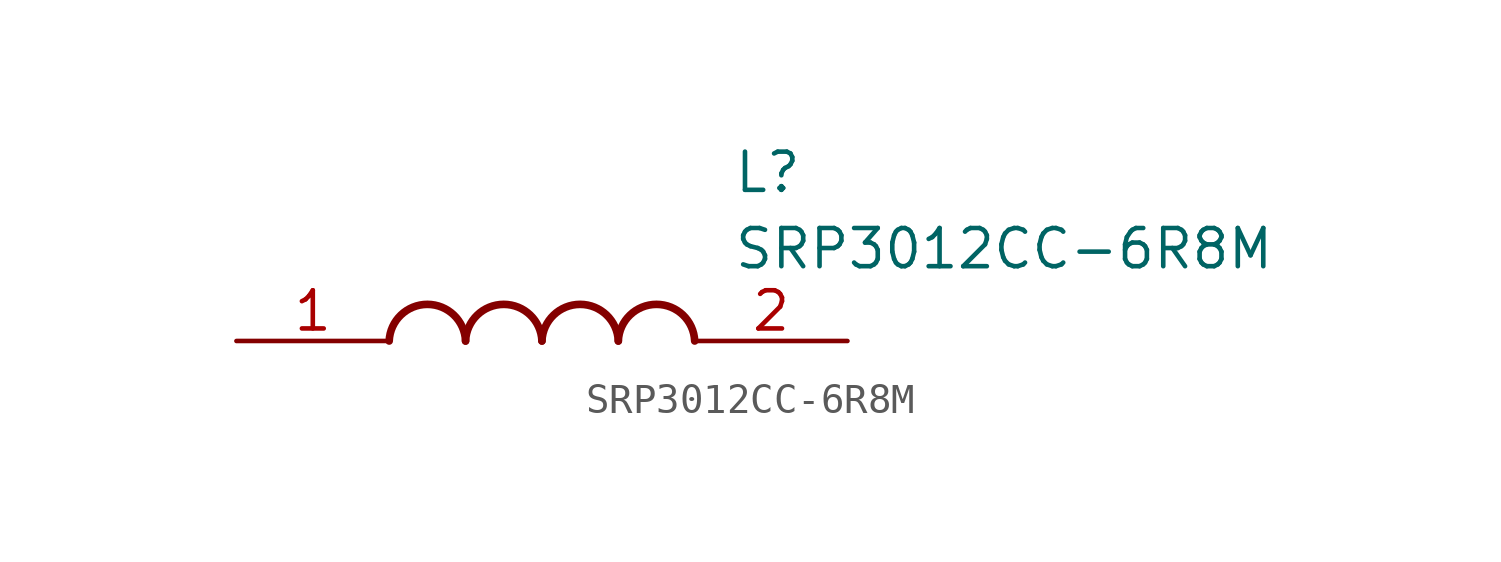
<source format=kicad_sym>
(kicad_symbol_lib
  (version 20211014)
  (generator SamacSys_ECAD_Model)
  (symbol "SRP3012CC-6R8M"
    (pin_names hide)
    (property "Reference" "L"
      (at 16.51 6.35 0)
      (effects (font (size 1.27 1.27)) (justify left top)))
    (property "Value" "SRP3012CC-6R8M"
      (at 16.51 3.81 0)
      (effects (font (size 1.27 1.27)) (justify left top)))
    (arc
      (start 7.62 0)
      (mid 6.35 1.219)
      (end 5.08 0)
      (stroke (width 0.254) (type default))
      (fill (type none)))
    (arc
      (start 10.16 0)
      (mid 8.89 1.219)
      (end 7.62 0)
      (stroke (width 0.254) (type default))
      (fill (type none)))
    (arc
      (start 12.7 0)
      (mid 11.43 1.219)
      (end 10.16 0)
      (stroke (width 0.254) (type default))
      (fill (type none)))
    (arc
      (start 15.24 0)
      (mid 13.97 1.219)
      (end 12.7 0)
      (stroke (width 0.254) (type default))
      (fill (type none)))
    (pin passive line
      (at 0 0 0)
      (length 5.08)
      (name "1" (effects (font (size 1.27 1.27))))
      (number "1" (effects (font (size 1.27 1.27)))))
    (pin passive line
      (at 20.32 0 180)
      (length 5.08)
      (name "2" (effects (font (size 1.27 1.27))))
      (number "2" (effects (font (size 1.27 1.27)))))))
</source>
